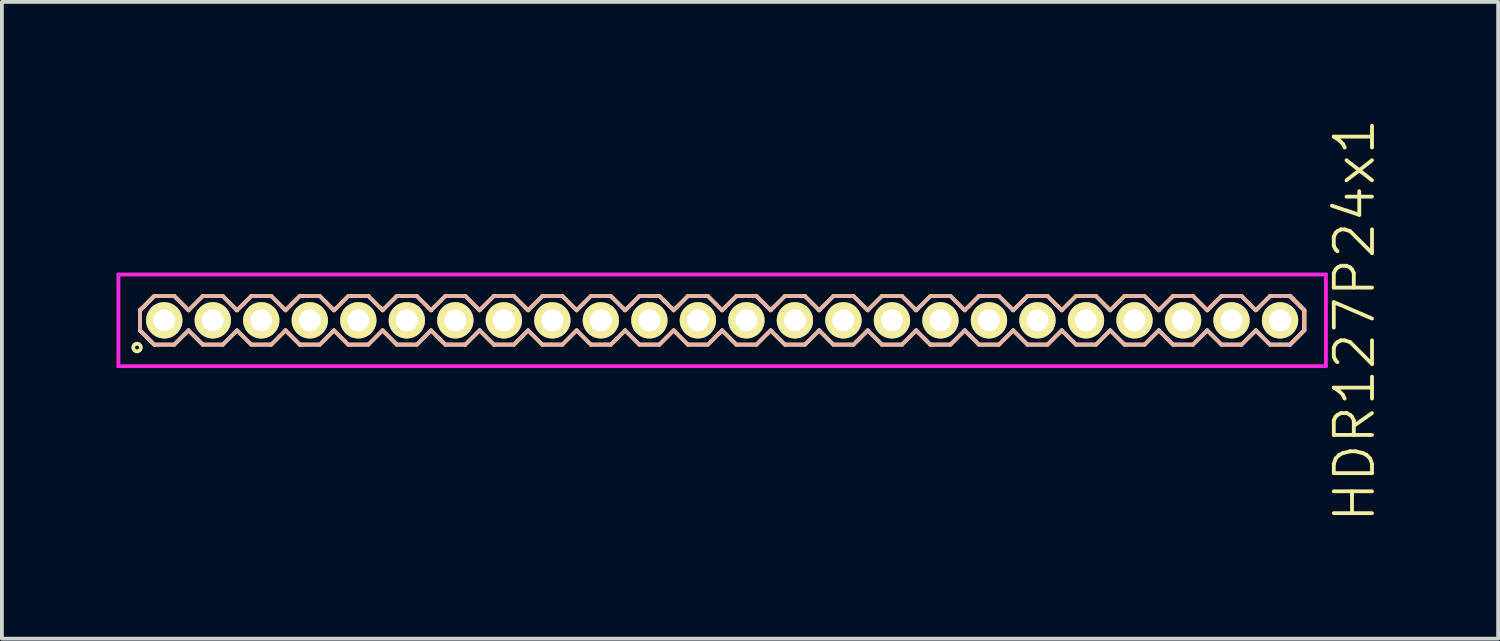
<source format=kicad_pcb>
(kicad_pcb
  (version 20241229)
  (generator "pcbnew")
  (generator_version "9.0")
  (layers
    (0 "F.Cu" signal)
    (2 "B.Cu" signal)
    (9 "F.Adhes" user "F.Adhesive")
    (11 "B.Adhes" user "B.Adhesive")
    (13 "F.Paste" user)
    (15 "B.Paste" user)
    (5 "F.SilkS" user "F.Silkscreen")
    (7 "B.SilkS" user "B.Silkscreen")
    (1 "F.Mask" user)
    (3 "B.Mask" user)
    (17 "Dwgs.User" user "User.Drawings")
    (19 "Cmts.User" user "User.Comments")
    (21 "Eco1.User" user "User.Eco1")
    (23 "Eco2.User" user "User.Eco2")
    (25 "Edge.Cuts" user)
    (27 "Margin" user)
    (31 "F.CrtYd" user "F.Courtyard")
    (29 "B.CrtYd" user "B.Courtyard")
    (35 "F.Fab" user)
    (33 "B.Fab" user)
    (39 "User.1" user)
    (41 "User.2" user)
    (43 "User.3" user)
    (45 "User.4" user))
  (footprint "HDR127P24x1"
    (layer "F.Cu")
    (at 15.855 5.336)
    (property "Reference" "HDR127P24x1" (at 16.555 0 90) (layer "F.SilkS") (effects (font (size 1 1) (thickness 0.1))))
    (attr through_hole)
    (fp_line (start -15.24 -0.263) (end -14.868 -0.635) (stroke (width 0.1) (type solid)) (layer "F.SilkS"))
    (fp_line (start -15.24 -0.263) (end -14.868 -0.635) (stroke (width 0.1) (type solid)) (layer "F.SilkS"))
    (fp_line (start -15.24 0.263) (end -15.24 -0.263) (stroke (width 0.1) (type solid)) (layer "F.SilkS"))
    (fp_line (start -15.24 0.263) (end -15.24 -0.263) (stroke (width 0.1) (type solid)) (layer "F.SilkS"))
    (fp_line (start -14.868 -0.635) (end -14.342 -0.635) (stroke (width 0.1) (type solid)) (layer "F.SilkS"))
    (fp_line (start -14.868 0.635) (end -15.24 0.263) (stroke (width 0.1) (type solid)) (layer "F.SilkS"))
    (fp_line (start -14.868 0.635) (end -15.24 0.263) (stroke (width 0.1) (type solid)) (layer "F.SilkS"))
    (fp_line (start -14.342 -0.635) (end -13.97 -0.263) (stroke (width 0.1) (type solid)) (layer "F.SilkS"))
    (fp_line (start -14.342 0.635) (end -14.868 0.635) (stroke (width 0.1) (type solid)) (layer "F.SilkS"))
    (fp_line (start -13.97 -0.263) (end -13.598 -0.635) (stroke (width 0.1) (type solid)) (layer "F.SilkS"))
    (fp_line (start -13.97 0.263) (end -14.342 0.635) (stroke (width 0.1) (type solid)) (layer "F.SilkS"))
    (fp_line (start -13.598 -0.635) (end -13.072 -0.635) (stroke (width 0.1) (type solid)) (layer "F.SilkS"))
    (fp_line (start -13.598 0.635) (end -13.97 0.263) (stroke (width 0.1) (type solid)) (layer "F.SilkS"))
    (fp_line (start -13.072 -0.635) (end -12.7 -0.263) (stroke (width 0.1) (type solid)) (layer "F.SilkS"))
    (fp_line (start -13.072 0.635) (end -13.598 0.635) (stroke (width 0.1) (type solid)) (layer "F.SilkS"))
    (fp_line (start -12.7 -0.263) (end -12.328 -0.635) (stroke (width 0.1) (type solid)) (layer "F.SilkS"))
    (fp_line (start -12.7 0.263) (end -13.072 0.635) (stroke (width 0.1) (type solid)) (layer "F.SilkS"))
    (fp_line (start -12.328 -0.635) (end -11.802 -0.635) (stroke (width 0.1) (type solid)) (layer "F.SilkS"))
    (fp_line (start -12.328 0.635) (end -12.7 0.263) (stroke (width 0.1) (type solid)) (layer "F.SilkS"))
    (fp_line (start -11.802 -0.635) (end -11.43 -0.263) (stroke (width 0.1) (type solid)) (layer "F.SilkS"))
    (fp_line (start -11.802 0.635) (end -12.328 0.635) (stroke (width 0.1) (type solid)) (layer "F.SilkS"))
    (fp_line (start -11.43 -0.263) (end -11.058 -0.635) (stroke (width 0.1) (type solid)) (layer "F.SilkS"))
    (fp_line (start -11.43 0.263) (end -11.802 0.635) (stroke (width 0.1) (type solid)) (layer "F.SilkS"))
    (fp_line (start -11.058 -0.635) (end -10.532 -0.635) (stroke (width 0.1) (type solid)) (layer "F.SilkS"))
    (fp_line (start -11.058 0.635) (end -11.43 0.263) (stroke (width 0.1) (type solid)) (layer "F.SilkS"))
    (fp_line (start -10.532 -0.635) (end -10.16 -0.263) (stroke (width 0.1) (type solid)) (layer "F.SilkS"))
    (fp_line (start -10.532 0.635) (end -11.058 0.635) (stroke (width 0.1) (type solid)) (layer "F.SilkS"))
    (fp_line (start -10.16 -0.263) (end -9.788 -0.635) (stroke (width 0.1) (type solid)) (layer "F.SilkS"))
    (fp_line (start -10.16 0.263) (end -10.532 0.635) (stroke (width 0.1) (type solid)) (layer "F.SilkS"))
    (fp_line (start -9.788 -0.635) (end -9.262 -0.635) (stroke (width 0.1) (type solid)) (layer "F.SilkS"))
    (fp_line (start -9.788 0.635) (end -10.16 0.263) (stroke (width 0.1) (type solid)) (layer "F.SilkS"))
    (fp_line (start -9.262 -0.635) (end -8.89 -0.263) (stroke (width 0.1) (type solid)) (layer "F.SilkS"))
    (fp_line (start -9.262 0.635) (end -9.788 0.635) (stroke (width 0.1) (type solid)) (layer "F.SilkS"))
    (fp_line (start -8.89 -0.263) (end -8.518 -0.635) (stroke (width 0.1) (type solid)) (layer "F.SilkS"))
    (fp_line (start -8.89 0.263) (end -9.262 0.635) (stroke (width 0.1) (type solid)) (layer "F.SilkS"))
    (fp_line (start -8.518 -0.635) (end -7.992 -0.635) (stroke (width 0.1) (type solid)) (layer "F.SilkS"))
    (fp_line (start -8.518 0.635) (end -8.89 0.263) (stroke (width 0.1) (type solid)) (layer "F.SilkS"))
    (fp_line (start -7.992 -0.635) (end -7.62 -0.263) (stroke (width 0.1) (type solid)) (layer "F.SilkS"))
    (fp_line (start -7.992 0.635) (end -8.518 0.635) (stroke (width 0.1) (type solid)) (layer "F.SilkS"))
    (fp_line (start -7.62 -0.263) (end -7.248 -0.635) (stroke (width 0.1) (type solid)) (layer "F.SilkS"))
    (fp_line (start -7.62 0.263) (end -7.992 0.635) (stroke (width 0.1) (type solid)) (layer "F.SilkS"))
    (fp_line (start -7.248 -0.635) (end -6.722 -0.635) (stroke (width 0.1) (type solid)) (layer "F.SilkS"))
    (fp_line (start -7.248 0.635) (end -7.62 0.263) (stroke (width 0.1) (type solid)) (layer "F.SilkS"))
    (fp_line (start -6.722 -0.635) (end -6.35 -0.263) (stroke (width 0.1) (type solid)) (layer "F.SilkS"))
    (fp_line (start -6.722 0.635) (end -7.248 0.635) (stroke (width 0.1) (type solid)) (layer "F.SilkS"))
    (fp_line (start -6.35 -0.263) (end -5.978 -0.635) (stroke (width 0.1) (type solid)) (layer "F.SilkS"))
    (fp_line (start -6.35 0.263) (end -6.722 0.635) (stroke (width 0.1) (type solid)) (layer "F.SilkS"))
    (fp_line (start -5.978 -0.635) (end -5.452 -0.635) (stroke (width 0.1) (type solid)) (layer "F.SilkS"))
    (fp_line (start -5.978 0.635) (end -6.35 0.263) (stroke (width 0.1) (type solid)) (layer "F.SilkS"))
    (fp_line (start -5.452 -0.635) (end -5.08 -0.263) (stroke (width 0.1) (type solid)) (layer "F.SilkS"))
    (fp_line (start -5.452 0.635) (end -5.978 0.635) (stroke (width 0.1) (type solid)) (layer "F.SilkS"))
    (fp_line (start -5.08 -0.263) (end -4.708 -0.635) (stroke (width 0.1) (type solid)) (layer "F.SilkS"))
    (fp_line (start -5.08 0.263) (end -5.452 0.635) (stroke (width 0.1) (type solid)) (layer "F.SilkS"))
    (fp_line (start -4.708 -0.635) (end -4.182 -0.635) (stroke (width 0.1) (type solid)) (layer "F.SilkS"))
    (fp_line (start -4.708 0.635) (end -5.08 0.263) (stroke (width 0.1) (type solid)) (layer "F.SilkS"))
    (fp_line (start -4.182 -0.635) (end -3.81 -0.263) (stroke (width 0.1) (type solid)) (layer "F.SilkS"))
    (fp_line (start -4.182 0.635) (end -4.708 0.635) (stroke (width 0.1) (type solid)) (layer "F.SilkS"))
    (fp_line (start -3.81 -0.263) (end -3.438 -0.635) (stroke (width 0.1) (type solid)) (layer "F.SilkS"))
    (fp_line (start -3.81 0.263) (end -4.182 0.635) (stroke (width 0.1) (type solid)) (layer "F.SilkS"))
    (fp_line (start -3.438 -0.635) (end -2.912 -0.635) (stroke (width 0.1) (type solid)) (layer "F.SilkS"))
    (fp_line (start -3.438 0.635) (end -3.81 0.263) (stroke (width 0.1) (type solid)) (layer "F.SilkS"))
    (fp_line (start -2.912 -0.635) (end -2.54 -0.263) (stroke (width 0.1) (type solid)) (layer "F.SilkS"))
    (fp_line (start -2.912 0.635) (end -3.438 0.635) (stroke (width 0.1) (type solid)) (layer "F.SilkS"))
    (fp_line (start -2.54 -0.263) (end -2.168 -0.635) (stroke (width 0.1) (type solid)) (layer "F.SilkS"))
    (fp_line (start -2.54 0.263) (end -2.912 0.635) (stroke (width 0.1) (type solid)) (layer "F.SilkS"))
    (fp_line (start -2.168 -0.635) (end -1.642 -0.635) (stroke (width 0.1) (type solid)) (layer "F.SilkS"))
    (fp_line (start -2.168 0.635) (end -2.54 0.263) (stroke (width 0.1) (type solid)) (layer "F.SilkS"))
    (fp_line (start -1.642 -0.635) (end -1.27 -0.263) (stroke (width 0.1) (type solid)) (layer "F.SilkS"))
    (fp_line (start -1.642 0.635) (end -2.168 0.635) (stroke (width 0.1) (type solid)) (layer "F.SilkS"))
    (fp_line (start -1.27 -0.263) (end -0.898 -0.635) (stroke (width 0.1) (type solid)) (layer "F.SilkS"))
    (fp_line (start -1.27 0.263) (end -1.642 0.635) (stroke (width 0.1) (type solid)) (layer "F.SilkS"))
    (fp_line (start -0.898 -0.635) (end -0.372 -0.635) (stroke (width 0.1) (type solid)) (layer "F.SilkS"))
    (fp_line (start -0.898 0.635) (end -1.27 0.263) (stroke (width 0.1) (type solid)) (layer "F.SilkS"))
    (fp_line (start -0.372 -0.635) (end 0 -0.263) (stroke (width 0.1) (type solid)) (layer "F.SilkS"))
    (fp_line (start -0.372 0.635) (end -0.898 0.635) (stroke (width 0.1) (type solid)) (layer "F.SilkS"))
    (fp_line (start 0 -0.263) (end 0.372 -0.635) (stroke (width 0.1) (type solid)) (layer "F.SilkS"))
    (fp_line (start 0 0.263) (end -0.372 0.635) (stroke (width 0.1) (type solid)) (layer "F.SilkS"))
    (fp_line (start 0.372 -0.635) (end 0.898 -0.635) (stroke (width 0.1) (type solid)) (layer "F.SilkS"))
    (fp_line (start 0.372 0.635) (end 0 0.263) (stroke (width 0.1) (type solid)) (layer "F.SilkS"))
    (fp_line (start 0.898 -0.635) (end 1.27 -0.263) (stroke (width 0.1) (type solid)) (layer "F.SilkS"))
    (fp_line (start 0.898 0.635) (end 0.372 0.635) (stroke (width 0.1) (type solid)) (layer "F.SilkS"))
    (fp_line (start 1.27 -0.263) (end 1.642 -0.635) (stroke (width 0.1) (type solid)) (layer "F.SilkS"))
    (fp_line (start 1.27 0.263) (end 0.898 0.635) (stroke (width 0.1) (type solid)) (layer "F.SilkS"))
    (fp_line (start 1.642 -0.635) (end 2.168 -0.635) (stroke (width 0.1) (type solid)) (layer "F.SilkS"))
    (fp_line (start 1.642 0.635) (end 1.27 0.263) (stroke (width 0.1) (type solid)) (layer "F.SilkS"))
    (fp_line (start 2.168 -0.635) (end 2.54 -0.263) (stroke (width 0.1) (type solid)) (layer "F.SilkS"))
    (fp_line (start 2.168 0.635) (end 1.642 0.635) (stroke (width 0.1) (type solid)) (layer "F.SilkS"))
    (fp_line (start 2.54 -0.263) (end 2.912 -0.635) (stroke (width 0.1) (type solid)) (layer "F.SilkS"))
    (fp_line (start 2.54 0.263) (end 2.168 0.635) (stroke (width 0.1) (type solid)) (layer "F.SilkS"))
    (fp_line (start 2.912 -0.635) (end 3.438 -0.635) (stroke (width 0.1) (type solid)) (layer "F.SilkS"))
    (fp_line (start 2.912 0.635) (end 2.54 0.263) (stroke (width 0.1) (type solid)) (layer "F.SilkS"))
    (fp_line (start 3.438 -0.635) (end 3.81 -0.263) (stroke (width 0.1) (type solid)) (layer "F.SilkS"))
    (fp_line (start 3.438 0.635) (end 2.912 0.635) (stroke (width 0.1) (type solid)) (layer "F.SilkS"))
    (fp_line (start 3.81 -0.263) (end 4.182 -0.635) (stroke (width 0.1) (type solid)) (layer "F.SilkS"))
    (fp_line (start 3.81 0.263) (end 3.438 0.635) (stroke (width 0.1) (type solid)) (layer "F.SilkS"))
    (fp_line (start 4.182 -0.635) (end 4.708 -0.635) (stroke (width 0.1) (type solid)) (layer "F.SilkS"))
    (fp_line (start 4.182 0.635) (end 3.81 0.263) (stroke (width 0.1) (type solid)) (layer "F.SilkS"))
    (fp_line (start 4.708 -0.635) (end 5.08 -0.263) (stroke (width 0.1) (type solid)) (layer "F.SilkS"))
    (fp_line (start 4.708 0.635) (end 4.182 0.635) (stroke (width 0.1) (type solid)) (layer "F.SilkS"))
    (fp_line (start 5.08 -0.263) (end 5.452 -0.635) (stroke (width 0.1) (type solid)) (layer "F.SilkS"))
    (fp_line (start 5.08 0.263) (end 4.708 0.635) (stroke (width 0.1) (type solid)) (layer "F.SilkS"))
    (fp_line (start 5.452 -0.635) (end 5.978 -0.635) (stroke (width 0.1) (type solid)) (layer "F.SilkS"))
    (fp_line (start 5.452 0.635) (end 5.08 0.263) (stroke (width 0.1) (type solid)) (layer "F.SilkS"))
    (fp_line (start 5.978 -0.635) (end 6.35 -0.263) (stroke (width 0.1) (type solid)) (layer "F.SilkS"))
    (fp_line (start 5.978 0.635) (end 5.452 0.635) (stroke (width 0.1) (type solid)) (layer "F.SilkS"))
    (fp_line (start 6.35 -0.263) (end 6.722 -0.635) (stroke (width 0.1) (type solid)) (layer "F.SilkS"))
    (fp_line (start 6.35 0.263) (end 5.978 0.635) (stroke (width 0.1) (type solid)) (layer "F.SilkS"))
    (fp_line (start 6.722 -0.635) (end 7.248 -0.635) (stroke (width 0.1) (type solid)) (layer "F.SilkS"))
    (fp_line (start 6.722 0.635) (end 6.35 0.263) (stroke (width 0.1) (type solid)) (layer "F.SilkS"))
    (fp_line (start 7.248 -0.635) (end 7.62 -0.263) (stroke (width 0.1) (type solid)) (layer "F.SilkS"))
    (fp_line (start 7.248 0.635) (end 6.722 0.635) (stroke (width 0.1) (type solid)) (layer "F.SilkS"))
    (fp_line (start 7.62 -0.263) (end 7.992 -0.635) (stroke (width 0.1) (type solid)) (layer "F.SilkS"))
    (fp_line (start 7.62 0.263) (end 7.248 0.635) (stroke (width 0.1) (type solid)) (layer "F.SilkS"))
    (fp_line (start 7.992 -0.635) (end 8.518 -0.635) (stroke (width 0.1) (type solid)) (layer "F.SilkS"))
    (fp_line (start 7.992 0.635) (end 7.62 0.263) (stroke (width 0.1) (type solid)) (layer "F.SilkS"))
    (fp_line (start 8.518 -0.635) (end 8.89 -0.263) (stroke (width 0.1) (type solid)) (layer "F.SilkS"))
    (fp_line (start 8.518 0.635) (end 7.992 0.635) (stroke (width 0.1) (type solid)) (layer "F.SilkS"))
    (fp_line (start 8.89 -0.263) (end 9.262 -0.635) (stroke (width 0.1) (type solid)) (layer "F.SilkS"))
    (fp_line (start 8.89 0.263) (end 8.518 0.635) (stroke (width 0.1) (type solid)) (layer "F.SilkS"))
    (fp_line (start 9.262 -0.635) (end 9.788 -0.635) (stroke (width 0.1) (type solid)) (layer "F.SilkS"))
    (fp_line (start 9.262 0.635) (end 8.89 0.263) (stroke (width 0.1) (type solid)) (layer "F.SilkS"))
    (fp_line (start 9.788 -0.635) (end 10.16 -0.263) (stroke (width 0.1) (type solid)) (layer "F.SilkS"))
    (fp_line (start 9.788 0.635) (end 9.262 0.635) (stroke (width 0.1) (type solid)) (layer "F.SilkS"))
    (fp_line (start 10.16 -0.263) (end 10.532 -0.635) (stroke (width 0.1) (type solid)) (layer "F.SilkS"))
    (fp_line (start 10.16 0.263) (end 9.788 0.635) (stroke (width 0.1) (type solid)) (layer "F.SilkS"))
    (fp_line (start 10.532 -0.635) (end 11.058 -0.635) (stroke (width 0.1) (type solid)) (layer "F.SilkS"))
    (fp_line (start 10.532 0.635) (end 10.16 0.263) (stroke (width 0.1) (type solid)) (layer "F.SilkS"))
    (fp_line (start 11.058 -0.635) (end 11.43 -0.263) (stroke (width 0.1) (type solid)) (layer "F.SilkS"))
    (fp_line (start 11.058 0.635) (end 10.532 0.635) (stroke (width 0.1) (type solid)) (layer "F.SilkS"))
    (fp_line (start 11.43 -0.263) (end 11.802 -0.635) (stroke (width 0.1) (type solid)) (layer "F.SilkS"))
    (fp_line (start 11.43 0.263) (end 11.058 0.635) (stroke (width 0.1) (type solid)) (layer "F.SilkS"))
    (fp_line (start 11.802 -0.635) (end 12.328 -0.635) (stroke (width 0.1) (type solid)) (layer "F.SilkS"))
    (fp_line (start 11.802 0.635) (end 11.43 0.263) (stroke (width 0.1) (type solid)) (layer "F.SilkS"))
    (fp_line (start 12.328 -0.635) (end 12.7 -0.263) (stroke (width 0.1) (type solid)) (layer "F.SilkS"))
    (fp_line (start 12.328 0.635) (end 11.802 0.635) (stroke (width 0.1) (type solid)) (layer "F.SilkS"))
    (fp_line (start 12.7 -0.263) (end 13.072 -0.635) (stroke (width 0.1) (type solid)) (layer "F.SilkS"))
    (fp_line (start 12.7 0.263) (end 12.328 0.635) (stroke (width 0.1) (type solid)) (layer "F.SilkS"))
    (fp_line (start 13.072 -0.635) (end 13.598 -0.635) (stroke (width 0.1) (type solid)) (layer "F.SilkS"))
    (fp_line (start 13.072 0.635) (end 12.7 0.263) (stroke (width 0.1) (type solid)) (layer "F.SilkS"))
    (fp_line (start 13.598 -0.635) (end 13.97 -0.263) (stroke (width 0.1) (type solid)) (layer "F.SilkS"))
    (fp_line (start 13.598 0.635) (end 13.072 0.635) (stroke (width 0.1) (type solid)) (layer "F.SilkS"))
    (fp_line (start 13.97 -0.263) (end 14.342 -0.635) (stroke (width 0.1) (type solid)) (layer "F.SilkS"))
    (fp_line (start 13.97 0.263) (end 13.598 0.635) (stroke (width 0.1) (type solid)) (layer "F.SilkS"))
    (fp_line (start 14.342 -0.635) (end 14.868 -0.635) (stroke (width 0.1) (type solid)) (layer "F.SilkS"))
    (fp_line (start 14.342 0.635) (end 13.97 0.263) (stroke (width 0.1) (type solid)) (layer "F.SilkS"))
    (fp_line (start 14.868 -0.635) (end 15.24 -0.263) (stroke (width 0.1) (type solid)) (layer "F.SilkS"))
    (fp_line (start 14.868 -0.635) (end 15.24 -0.263) (stroke (width 0.1) (type solid)) (layer "F.SilkS"))
    (fp_line (start 14.868 0.635) (end 14.342 0.635) (stroke (width 0.1) (type solid)) (layer "F.SilkS"))
    (fp_line (start 15.24 -0.263) (end 15.24 0.263) (stroke (width 0.1) (type solid)) (layer "F.SilkS"))
    (fp_line (start 15.24 -0.263) (end 15.24 0.263) (stroke (width 0.1) (type solid)) (layer "F.SilkS"))
    (fp_line (start 15.24 0.263) (end 14.868 0.635) (stroke (width 0.1) (type solid)) (layer "F.SilkS"))
    (fp_line (start 15.24 0.263) (end 14.868 0.635) (stroke (width 0.1) (type solid)) (layer "F.SilkS"))
    (fp_circle (center -15.318 0.712) (end -15.218 0.712) (stroke (width 0.1) (type solid)) (fill no) (layer "F.SilkS"))
    (fp_line (start -15.24 -0.263) (end -14.868 -0.635) (stroke (width 0.1) (type solid)) (layer "B.SilkS"))
    (fp_line (start -15.24 -0.263) (end -14.868 -0.635) (stroke (width 0.1) (type solid)) (layer "B.SilkS"))
    (fp_line (start -15.24 0.263) (end -15.24 -0.263) (stroke (width 0.1) (type solid)) (layer "B.SilkS"))
    (fp_line (start -15.24 0.263) (end -15.24 -0.263) (stroke (width 0.1) (type solid)) (layer "B.SilkS"))
    (fp_line (start -14.868 -0.635) (end -14.342 -0.635) (stroke (width 0.1) (type solid)) (layer "B.SilkS"))
    (fp_line (start -14.868 0.635) (end -15.24 0.263) (stroke (width 0.1) (type solid)) (layer "B.SilkS"))
    (fp_line (start -14.868 0.635) (end -15.24 0.263) (stroke (width 0.1) (type solid)) (layer "B.SilkS"))
    (fp_line (start -14.342 -0.635) (end -13.97 -0.263) (stroke (width 0.1) (type solid)) (layer "B.SilkS"))
    (fp_line (start -14.342 0.635) (end -14.868 0.635) (stroke (width 0.1) (type solid)) (layer "B.SilkS"))
    (fp_line (start -13.97 -0.263) (end -13.598 -0.635) (stroke (width 0.1) (type solid)) (layer "B.SilkS"))
    (fp_line (start -13.97 0.263) (end -14.342 0.635) (stroke (width 0.1) (type solid)) (layer "B.SilkS"))
    (fp_line (start -13.598 -0.635) (end -13.072 -0.635) (stroke (width 0.1) (type solid)) (layer "B.SilkS"))
    (fp_line (start -13.598 0.635) (end -13.97 0.263) (stroke (width 0.1) (type solid)) (layer "B.SilkS"))
    (fp_line (start -13.072 -0.635) (end -12.7 -0.263) (stroke (width 0.1) (type solid)) (layer "B.SilkS"))
    (fp_line (start -13.072 0.635) (end -13.598 0.635) (stroke (width 0.1) (type solid)) (layer "B.SilkS"))
    (fp_line (start -12.7 -0.263) (end -12.328 -0.635) (stroke (width 0.1) (type solid)) (layer "B.SilkS"))
    (fp_line (start -12.7 0.263) (end -13.072 0.635) (stroke (width 0.1) (type solid)) (layer "B.SilkS"))
    (fp_line (start -12.328 -0.635) (end -11.802 -0.635) (stroke (width 0.1) (type solid)) (layer "B.SilkS"))
    (fp_line (start -12.328 0.635) (end -12.7 0.263) (stroke (width 0.1) (type solid)) (layer "B.SilkS"))
    (fp_line (start -11.802 -0.635) (end -11.43 -0.263) (stroke (width 0.1) (type solid)) (layer "B.SilkS"))
    (fp_line (start -11.802 0.635) (end -12.328 0.635) (stroke (width 0.1) (type solid)) (layer "B.SilkS"))
    (fp_line (start -11.43 -0.263) (end -11.058 -0.635) (stroke (width 0.1) (type solid)) (layer "B.SilkS"))
    (fp_line (start -11.43 0.263) (end -11.802 0.635) (stroke (width 0.1) (type solid)) (layer "B.SilkS"))
    (fp_line (start -11.058 -0.635) (end -10.532 -0.635) (stroke (width 0.1) (type solid)) (layer "B.SilkS"))
    (fp_line (start -11.058 0.635) (end -11.43 0.263) (stroke (width 0.1) (type solid)) (layer "B.SilkS"))
    (fp_line (start -10.532 -0.635) (end -10.16 -0.263) (stroke (width 0.1) (type solid)) (layer "B.SilkS"))
    (fp_line (start -10.532 0.635) (end -11.058 0.635) (stroke (width 0.1) (type solid)) (layer "B.SilkS"))
    (fp_line (start -10.16 -0.263) (end -9.788 -0.635) (stroke (width 0.1) (type solid)) (layer "B.SilkS"))
    (fp_line (start -10.16 0.263) (end -10.532 0.635) (stroke (width 0.1) (type solid)) (layer "B.SilkS"))
    (fp_line (start -9.788 -0.635) (end -9.262 -0.635) (stroke (width 0.1) (type solid)) (layer "B.SilkS"))
    (fp_line (start -9.788 0.635) (end -10.16 0.263) (stroke (width 0.1) (type solid)) (layer "B.SilkS"))
    (fp_line (start -9.262 -0.635) (end -8.89 -0.263) (stroke (width 0.1) (type solid)) (layer "B.SilkS"))
    (fp_line (start -9.262 0.635) (end -9.788 0.635) (stroke (width 0.1) (type solid)) (layer "B.SilkS"))
    (fp_line (start -8.89 -0.263) (end -8.518 -0.635) (stroke (width 0.1) (type solid)) (layer "B.SilkS"))
    (fp_line (start -8.89 0.263) (end -9.262 0.635) (stroke (width 0.1) (type solid)) (layer "B.SilkS"))
    (fp_line (start -8.518 -0.635) (end -7.992 -0.635) (stroke (width 0.1) (type solid)) (layer "B.SilkS"))
    (fp_line (start -8.518 0.635) (end -8.89 0.263) (stroke (width 0.1) (type solid)) (layer "B.SilkS"))
    (fp_line (start -7.992 -0.635) (end -7.62 -0.263) (stroke (width 0.1) (type solid)) (layer "B.SilkS"))
    (fp_line (start -7.992 0.635) (end -8.518 0.635) (stroke (width 0.1) (type solid)) (layer "B.SilkS"))
    (fp_line (start -7.62 -0.263) (end -7.248 -0.635) (stroke (width 0.1) (type solid)) (layer "B.SilkS"))
    (fp_line (start -7.62 0.263) (end -7.992 0.635) (stroke (width 0.1) (type solid)) (layer "B.SilkS"))
    (fp_line (start -7.248 -0.635) (end -6.722 -0.635) (stroke (width 0.1) (type solid)) (layer "B.SilkS"))
    (fp_line (start -7.248 0.635) (end -7.62 0.263) (stroke (width 0.1) (type solid)) (layer "B.SilkS"))
    (fp_line (start -6.722 -0.635) (end -6.35 -0.263) (stroke (width 0.1) (type solid)) (layer "B.SilkS"))
    (fp_line (start -6.722 0.635) (end -7.248 0.635) (stroke (width 0.1) (type solid)) (layer "B.SilkS"))
    (fp_line (start -6.35 -0.263) (end -5.978 -0.635) (stroke (width 0.1) (type solid)) (layer "B.SilkS"))
    (fp_line (start -6.35 0.263) (end -6.722 0.635) (stroke (width 0.1) (type solid)) (layer "B.SilkS"))
    (fp_line (start -5.978 -0.635) (end -5.452 -0.635) (stroke (width 0.1) (type solid)) (layer "B.SilkS"))
    (fp_line (start -5.978 0.635) (end -6.35 0.263) (stroke (width 0.1) (type solid)) (layer "B.SilkS"))
    (fp_line (start -5.452 -0.635) (end -5.08 -0.263) (stroke (width 0.1) (type solid)) (layer "B.SilkS"))
    (fp_line (start -5.452 0.635) (end -5.978 0.635) (stroke (width 0.1) (type solid)) (layer "B.SilkS"))
    (fp_line (start -5.08 -0.263) (end -4.708 -0.635) (stroke (width 0.1) (type solid)) (layer "B.SilkS"))
    (fp_line (start -5.08 0.263) (end -5.452 0.635) (stroke (width 0.1) (type solid)) (layer "B.SilkS"))
    (fp_line (start -4.708 -0.635) (end -4.182 -0.635) (stroke (width 0.1) (type solid)) (layer "B.SilkS"))
    (fp_line (start -4.708 0.635) (end -5.08 0.263) (stroke (width 0.1) (type solid)) (layer "B.SilkS"))
    (fp_line (start -4.182 -0.635) (end -3.81 -0.263) (stroke (width 0.1) (type solid)) (layer "B.SilkS"))
    (fp_line (start -4.182 0.635) (end -4.708 0.635) (stroke (width 0.1) (type solid)) (layer "B.SilkS"))
    (fp_line (start -3.81 -0.263) (end -3.438 -0.635) (stroke (width 0.1) (type solid)) (layer "B.SilkS"))
    (fp_line (start -3.81 0.263) (end -4.182 0.635) (stroke (width 0.1) (type solid)) (layer "B.SilkS"))
    (fp_line (start -3.438 -0.635) (end -2.912 -0.635) (stroke (width 0.1) (type solid)) (layer "B.SilkS"))
    (fp_line (start -3.438 0.635) (end -3.81 0.263) (stroke (width 0.1) (type solid)) (layer "B.SilkS"))
    (fp_line (start -2.912 -0.635) (end -2.54 -0.263) (stroke (width 0.1) (type solid)) (layer "B.SilkS"))
    (fp_line (start -2.912 0.635) (end -3.438 0.635) (stroke (width 0.1) (type solid)) (layer "B.SilkS"))
    (fp_line (start -2.54 -0.263) (end -2.168 -0.635) (stroke (width 0.1) (type solid)) (layer "B.SilkS"))
    (fp_line (start -2.54 0.263) (end -2.912 0.635) (stroke (width 0.1) (type solid)) (layer "B.SilkS"))
    (fp_line (start -2.168 -0.635) (end -1.642 -0.635) (stroke (width 0.1) (type solid)) (layer "B.SilkS"))
    (fp_line (start -2.168 0.635) (end -2.54 0.263) (stroke (width 0.1) (type solid)) (layer "B.SilkS"))
    (fp_line (start -1.642 -0.635) (end -1.27 -0.263) (stroke (width 0.1) (type solid)) (layer "B.SilkS"))
    (fp_line (start -1.642 0.635) (end -2.168 0.635) (stroke (width 0.1) (type solid)) (layer "B.SilkS"))
    (fp_line (start -1.27 -0.263) (end -0.898 -0.635) (stroke (width 0.1) (type solid)) (layer "B.SilkS"))
    (fp_line (start -1.27 0.263) (end -1.642 0.635) (stroke (width 0.1) (type solid)) (layer "B.SilkS"))
    (fp_line (start -0.898 -0.635) (end -0.372 -0.635) (stroke (width 0.1) (type solid)) (layer "B.SilkS"))
    (fp_line (start -0.898 0.635) (end -1.27 0.263) (stroke (width 0.1) (type solid)) (layer "B.SilkS"))
    (fp_line (start -0.372 -0.635) (end 0 -0.263) (stroke (width 0.1) (type solid)) (layer "B.SilkS"))
    (fp_line (start -0.372 0.635) (end -0.898 0.635) (stroke (width 0.1) (type solid)) (layer "B.SilkS"))
    (fp_line (start 0 -0.263) (end 0.372 -0.635) (stroke (width 0.1) (type solid)) (layer "B.SilkS"))
    (fp_line (start 0 0.263) (end -0.372 0.635) (stroke (width 0.1) (type solid)) (layer "B.SilkS"))
    (fp_line (start 0.372 -0.635) (end 0.898 -0.635) (stroke (width 0.1) (type solid)) (layer "B.SilkS"))
    (fp_line (start 0.372 0.635) (end 0 0.263) (stroke (width 0.1) (type solid)) (layer "B.SilkS"))
    (fp_line (start 0.898 -0.635) (end 1.27 -0.263) (stroke (width 0.1) (type solid)) (layer "B.SilkS"))
    (fp_line (start 0.898 0.635) (end 0.372 0.635) (stroke (width 0.1) (type solid)) (layer "B.SilkS"))
    (fp_line (start 1.27 -0.263) (end 1.642 -0.635) (stroke (width 0.1) (type solid)) (layer "B.SilkS"))
    (fp_line (start 1.27 0.263) (end 0.898 0.635) (stroke (width 0.1) (type solid)) (layer "B.SilkS"))
    (fp_line (start 1.642 -0.635) (end 2.168 -0.635) (stroke (width 0.1) (type solid)) (layer "B.SilkS"))
    (fp_line (start 1.642 0.635) (end 1.27 0.263) (stroke (width 0.1) (type solid)) (layer "B.SilkS"))
    (fp_line (start 2.168 -0.635) (end 2.54 -0.263) (stroke (width 0.1) (type solid)) (layer "B.SilkS"))
    (fp_line (start 2.168 0.635) (end 1.642 0.635) (stroke (width 0.1) (type solid)) (layer "B.SilkS"))
    (fp_line (start 2.54 -0.263) (end 2.912 -0.635) (stroke (width 0.1) (type solid)) (layer "B.SilkS"))
    (fp_line (start 2.54 0.263) (end 2.168 0.635) (stroke (width 0.1) (type solid)) (layer "B.SilkS"))
    (fp_line (start 2.912 -0.635) (end 3.438 -0.635) (stroke (width 0.1) (type solid)) (layer "B.SilkS"))
    (fp_line (start 2.912 0.635) (end 2.54 0.263) (stroke (width 0.1) (type solid)) (layer "B.SilkS"))
    (fp_line (start 3.438 -0.635) (end 3.81 -0.263) (stroke (width 0.1) (type solid)) (layer "B.SilkS"))
    (fp_line (start 3.438 0.635) (end 2.912 0.635) (stroke (width 0.1) (type solid)) (layer "B.SilkS"))
    (fp_line (start 3.81 -0.263) (end 4.182 -0.635) (stroke (width 0.1) (type solid)) (layer "B.SilkS"))
    (fp_line (start 3.81 0.263) (end 3.438 0.635) (stroke (width 0.1) (type solid)) (layer "B.SilkS"))
    (fp_line (start 4.182 -0.635) (end 4.708 -0.635) (stroke (width 0.1) (type solid)) (layer "B.SilkS"))
    (fp_line (start 4.182 0.635) (end 3.81 0.263) (stroke (width 0.1) (type solid)) (layer "B.SilkS"))
    (fp_line (start 4.708 -0.635) (end 5.08 -0.263) (stroke (width 0.1) (type solid)) (layer "B.SilkS"))
    (fp_line (start 4.708 0.635) (end 4.182 0.635) (stroke (width 0.1) (type solid)) (layer "B.SilkS"))
    (fp_line (start 5.08 -0.263) (end 5.452 -0.635) (stroke (width 0.1) (type solid)) (layer "B.SilkS"))
    (fp_line (start 5.08 0.263) (end 4.708 0.635) (stroke (width 0.1) (type solid)) (layer "B.SilkS"))
    (fp_line (start 5.452 -0.635) (end 5.978 -0.635) (stroke (width 0.1) (type solid)) (layer "B.SilkS"))
    (fp_line (start 5.452 0.635) (end 5.08 0.263) (stroke (width 0.1) (type solid)) (layer "B.SilkS"))
    (fp_line (start 5.978 -0.635) (end 6.35 -0.263) (stroke (width 0.1) (type solid)) (layer "B.SilkS"))
    (fp_line (start 5.978 0.635) (end 5.452 0.635) (stroke (width 0.1) (type solid)) (layer "B.SilkS"))
    (fp_line (start 6.35 -0.263) (end 6.722 -0.635) (stroke (width 0.1) (type solid)) (layer "B.SilkS"))
    (fp_line (start 6.35 0.263) (end 5.978 0.635) (stroke (width 0.1) (type solid)) (layer "B.SilkS"))
    (fp_line (start 6.722 -0.635) (end 7.248 -0.635) (stroke (width 0.1) (type solid)) (layer "B.SilkS"))
    (fp_line (start 6.722 0.635) (end 6.35 0.263) (stroke (width 0.1) (type solid)) (layer "B.SilkS"))
    (fp_line (start 7.248 -0.635) (end 7.62 -0.263) (stroke (width 0.1) (type solid)) (layer "B.SilkS"))
    (fp_line (start 7.248 0.635) (end 6.722 0.635) (stroke (width 0.1) (type solid)) (layer "B.SilkS"))
    (fp_line (start 7.62 -0.263) (end 7.992 -0.635) (stroke (width 0.1) (type solid)) (layer "B.SilkS"))
    (fp_line (start 7.62 0.263) (end 7.248 0.635) (stroke (width 0.1) (type solid)) (layer "B.SilkS"))
    (fp_line (start 7.992 -0.635) (end 8.518 -0.635) (stroke (width 0.1) (type solid)) (layer "B.SilkS"))
    (fp_line (start 7.992 0.635) (end 7.62 0.263) (stroke (width 0.1) (type solid)) (layer "B.SilkS"))
    (fp_line (start 8.518 -0.635) (end 8.89 -0.263) (stroke (width 0.1) (type solid)) (layer "B.SilkS"))
    (fp_line (start 8.518 0.635) (end 7.992 0.635) (stroke (width 0.1) (type solid)) (layer "B.SilkS"))
    (fp_line (start 8.89 -0.263) (end 9.262 -0.635) (stroke (width 0.1) (type solid)) (layer "B.SilkS"))
    (fp_line (start 8.89 0.263) (end 8.518 0.635) (stroke (width 0.1) (type solid)) (layer "B.SilkS"))
    (fp_line (start 9.262 -0.635) (end 9.788 -0.635) (stroke (width 0.1) (type solid)) (layer "B.SilkS"))
    (fp_line (start 9.262 0.635) (end 8.89 0.263) (stroke (width 0.1) (type solid)) (layer "B.SilkS"))
    (fp_line (start 9.788 -0.635) (end 10.16 -0.263) (stroke (width 0.1) (type solid)) (layer "B.SilkS"))
    (fp_line (start 9.788 0.635) (end 9.262 0.635) (stroke (width 0.1) (type solid)) (layer "B.SilkS"))
    (fp_line (start 10.16 -0.263) (end 10.532 -0.635) (stroke (width 0.1) (type solid)) (layer "B.SilkS"))
    (fp_line (start 10.16 0.263) (end 9.788 0.635) (stroke (width 0.1) (type solid)) (layer "B.SilkS"))
    (fp_line (start 10.532 -0.635) (end 11.058 -0.635) (stroke (width 0.1) (type solid)) (layer "B.SilkS"))
    (fp_line (start 10.532 0.635) (end 10.16 0.263) (stroke (width 0.1) (type solid)) (layer "B.SilkS"))
    (fp_line (start 11.058 -0.635) (end 11.43 -0.263) (stroke (width 0.1) (type solid)) (layer "B.SilkS"))
    (fp_line (start 11.058 0.635) (end 10.532 0.635) (stroke (width 0.1) (type solid)) (layer "B.SilkS"))
    (fp_line (start 11.43 -0.263) (end 11.802 -0.635) (stroke (width 0.1) (type solid)) (layer "B.SilkS"))
    (fp_line (start 11.43 0.263) (end 11.058 0.635) (stroke (width 0.1) (type solid)) (layer "B.SilkS"))
    (fp_line (start 11.802 -0.635) (end 12.328 -0.635) (stroke (width 0.1) (type solid)) (layer "B.SilkS"))
    (fp_line (start 11.802 0.635) (end 11.43 0.263) (stroke (width 0.1) (type solid)) (layer "B.SilkS"))
    (fp_line (start 12.328 -0.635) (end 12.7 -0.263) (stroke (width 0.1) (type solid)) (layer "B.SilkS"))
    (fp_line (start 12.328 0.635) (end 11.802 0.635) (stroke (width 0.1) (type solid)) (layer "B.SilkS"))
    (fp_line (start 12.7 -0.263) (end 13.072 -0.635) (stroke (width 0.1) (type solid)) (layer "B.SilkS"))
    (fp_line (start 12.7 0.263) (end 12.328 0.635) (stroke (width 0.1) (type solid)) (layer "B.SilkS"))
    (fp_line (start 13.072 -0.635) (end 13.598 -0.635) (stroke (width 0.1) (type solid)) (layer "B.SilkS"))
    (fp_line (start 13.072 0.635) (end 12.7 0.263) (stroke (width 0.1) (type solid)) (layer "B.SilkS"))
    (fp_line (start 13.598 -0.635) (end 13.97 -0.263) (stroke (width 0.1) (type solid)) (layer "B.SilkS"))
    (fp_line (start 13.598 0.635) (end 13.072 0.635) (stroke (width 0.1) (type solid)) (layer "B.SilkS"))
    (fp_line (start 13.97 -0.263) (end 14.342 -0.635) (stroke (width 0.1) (type solid)) (layer "B.SilkS"))
    (fp_line (start 13.97 0.263) (end 13.598 0.635) (stroke (width 0.1) (type solid)) (layer "B.SilkS"))
    (fp_line (start 14.342 -0.635) (end 14.868 -0.635) (stroke (width 0.1) (type solid)) (layer "B.SilkS"))
    (fp_line (start 14.342 0.635) (end 13.97 0.263) (stroke (width 0.1) (type solid)) (layer "B.SilkS"))
    (fp_line (start 14.868 -0.635) (end 15.24 -0.263) (stroke (width 0.1) (type solid)) (layer "B.SilkS"))
    (fp_line (start 14.868 -0.635) (end 15.24 -0.263) (stroke (width 0.1) (type solid)) (layer "B.SilkS"))
    (fp_line (start 14.868 0.635) (end 14.342 0.635) (stroke (width 0.1) (type solid)) (layer "B.SilkS"))
    (fp_line (start 15.24 -0.263) (end 15.24 0.263) (stroke (width 0.1) (type solid)) (layer "B.SilkS"))
    (fp_line (start 15.24 -0.263) (end 15.24 0.263) (stroke (width 0.1) (type solid)) (layer "B.SilkS"))
    (fp_line (start 15.24 0.263) (end 14.868 0.635) (stroke (width 0.1) (type solid)) (layer "B.SilkS"))
    (fp_line (start 15.24 0.263) (end 14.868 0.635) (stroke (width 0.1) (type solid)) (layer "B.SilkS"))
    (fp_line (start -15.805 -1.2) (end -15.805 1.2) (stroke (width 0.1) (type solid)) (layer "F.CrtYd"))
    (fp_line (start -15.805 1.2) (end 15.805 1.2) (stroke (width 0.1) (type solid)) (layer "F.CrtYd"))
    (fp_line (start 15.805 -1.2) (end -15.805 -1.2) (stroke (width 0.1) (type solid)) (layer "F.CrtYd"))
    (fp_line (start 15.805 1.2) (end 15.805 -1.2) (stroke (width 0.1) (type solid)) (layer "F.CrtYd"))
    (pad "1" thru_hole oval (at -14.605 0) (size 0.95 0.95) (drill 0.57) (layers "*.Cu" "*.Mask" "F.SilkS"))
    (pad "2" thru_hole oval (at -13.335 0) (size 0.95 0.95) (drill 0.57) (layers "*.Cu" "*.Mask" "F.SilkS"))
    (pad "3" thru_hole oval (at -12.065 0) (size 0.95 0.95) (drill 0.57) (layers "*.Cu" "*.Mask" "F.SilkS"))
    (pad "4" thru_hole oval (at -10.795 0) (size 0.95 0.95) (drill 0.57) (layers "*.Cu" "*.Mask" "F.SilkS"))
    (pad "5" thru_hole oval (at -9.525 0) (size 0.95 0.95) (drill 0.57) (layers "*.Cu" "*.Mask" "F.SilkS"))
    (pad "6" thru_hole oval (at -8.255 0) (size 0.95 0.95) (drill 0.57) (layers "*.Cu" "*.Mask" "F.SilkS"))
    (pad "7" thru_hole oval (at -6.985 0) (size 0.95 0.95) (drill 0.57) (layers "*.Cu" "*.Mask" "F.SilkS"))
    (pad "8" thru_hole oval (at -5.715 0) (size 0.95 0.95) (drill 0.57) (layers "*.Cu" "*.Mask" "F.SilkS"))
    (pad "9" thru_hole oval (at -4.445 0) (size 0.95 0.95) (drill 0.57) (layers "*.Cu" "*.Mask" "F.SilkS"))
    (pad "10" thru_hole oval (at -3.175 0) (size 0.95 0.95) (drill 0.57) (layers "*.Cu" "*.Mask" "F.SilkS"))
    (pad "11" thru_hole oval (at -1.905 0) (size 0.95 0.95) (drill 0.57) (layers "*.Cu" "*.Mask" "F.SilkS"))
    (pad "12" thru_hole oval (at -0.635 0) (size 0.95 0.95) (drill 0.57) (layers "*.Cu" "*.Mask" "F.SilkS"))
    (pad "13" thru_hole oval (at 0.635 0) (size 0.95 0.95) (drill 0.57) (layers "*.Cu" "*.Mask" "F.SilkS"))
    (pad "14" thru_hole oval (at 1.905 0) (size 0.95 0.95) (drill 0.57) (layers "*.Cu" "*.Mask" "F.SilkS"))
    (pad "15" thru_hole oval (at 3.175 0) (size 0.95 0.95) (drill 0.57) (layers "*.Cu" "*.Mask" "F.SilkS"))
    (pad "16" thru_hole oval (at 4.445 0) (size 0.95 0.95) (drill 0.57) (layers "*.Cu" "*.Mask" "F.SilkS"))
    (pad "17" thru_hole oval (at 5.715 0) (size 0.95 0.95) (drill 0.57) (layers "*.Cu" "*.Mask" "F.SilkS"))
    (pad "18" thru_hole oval (at 6.985 0) (size 0.95 0.95) (drill 0.57) (layers "*.Cu" "*.Mask" "F.SilkS"))
    (pad "19" thru_hole oval (at 8.255 0) (size 0.95 0.95) (drill 0.57) (layers "*.Cu" "*.Mask" "F.SilkS"))
    (pad "20" thru_hole oval (at 9.525 0) (size 0.95 0.95) (drill 0.57) (layers "*.Cu" "*.Mask" "F.SilkS"))
    (pad "21" thru_hole oval (at 10.795 0) (size 0.95 0.95) (drill 0.57) (layers "*.Cu" "*.Mask" "F.SilkS"))
    (pad "22" thru_hole oval (at 12.065 0) (size 0.95 0.95) (drill 0.57) (layers "*.Cu" "*.Mask" "F.SilkS"))
    (pad "23" thru_hole oval (at 13.335 0) (size 0.95 0.95) (drill 0.57) (layers "*.Cu" "*.Mask" "F.SilkS"))
    (pad "24" thru_hole oval (at 14.605 0) (size 0.95 0.95) (drill 0.57) (layers "*.Cu" "*.Mask" "F.SilkS")))
  (gr_rect
    (start -3 -3)
    (end 36.17 13.671)
    (stroke (width 0.1) (type default))
    (fill no)
    (layer "Edge.Cuts")))
</source>
